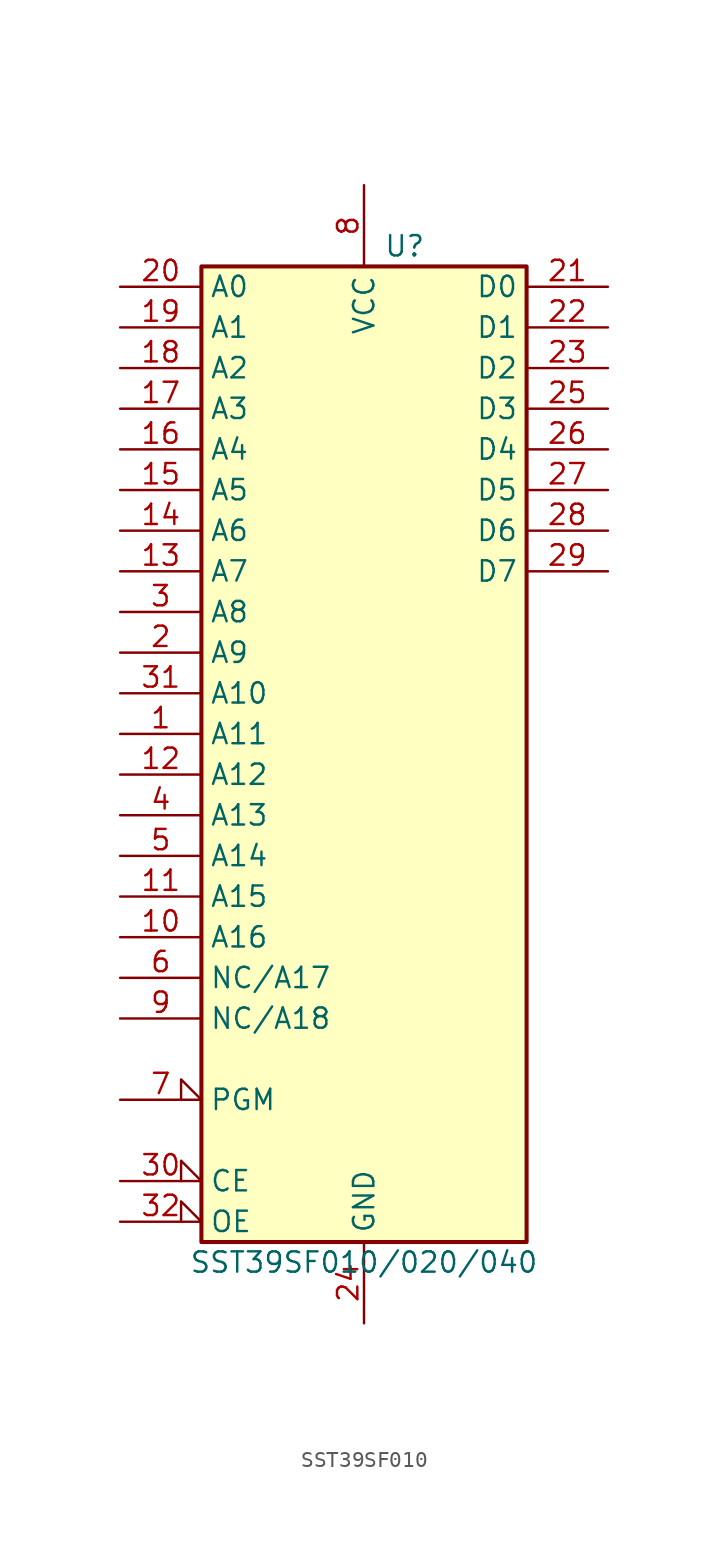
<source format=kicad_sym>
(kicad_symbol_lib
  (version 20241209)
  (generator "kicad_symbol_editor")
  (generator_version "9.0")
  (symbol "SST39SF010"
    (property "Reference" "U"
      (at 2.54 33.02 0)
      (effects (font (size 1.27 1.27))))
    (property "Value" "SST39SF010/020/040"
      (at 0 -30.48 0)
      (effects (font (size 1.27 1.27))))
    (symbol "SST39SF010_0_1"
      (rectangle (start -10.16 31.75) (end 10.16 -29.21) (stroke (width 0.254) (type default)) (fill (type background))))
    (symbol "SST39SF010_1_1"
      (pin input line (at -15.24 30.48 0) (length 5.08) (name "A0" (effects (font (size 1.27 1.27)))) (number "20" (effects (font (size 1.27 1.27)))))
      (pin input line (at -15.24 27.94 0) (length 5.08) (name "A1" (effects (font (size 1.27 1.27)))) (number "19" (effects (font (size 1.27 1.27)))))
      (pin input line (at -15.24 25.4 0) (length 5.08) (name "A2" (effects (font (size 1.27 1.27)))) (number "18" (effects (font (size 1.27 1.27)))))
      (pin input line (at -15.24 22.86 0) (length 5.08) (name "A3" (effects (font (size 1.27 1.27)))) (number "17" (effects (font (size 1.27 1.27)))))
      (pin input line (at -15.24 20.32 0) (length 5.08) (name "A4" (effects (font (size 1.27 1.27)))) (number "16" (effects (font (size 1.27 1.27)))))
      (pin input line (at -15.24 17.78 0) (length 5.08) (name "A5" (effects (font (size 1.27 1.27)))) (number "15" (effects (font (size 1.27 1.27)))))
      (pin input line (at -15.24 15.24 0) (length 5.08) (name "A6" (effects (font (size 1.27 1.27)))) (number "14" (effects (font (size 1.27 1.27)))))
      (pin input line (at -15.24 12.7 0) (length 5.08) (name "A7" (effects (font (size 1.27 1.27)))) (number "13" (effects (font (size 1.27 1.27)))))
      (pin input line (at -15.24 10.16 0) (length 5.08) (name "A8" (effects (font (size 1.27 1.27)))) (number "3" (effects (font (size 1.27 1.27)))))
      (pin input line (at -15.24 7.62 0) (length 5.08) (name "A9" (effects (font (size 1.27 1.27)))) (number "2" (effects (font (size 1.27 1.27)))))
      (pin input line (at -15.24 5.08 0) (length 5.08) (name "A10" (effects (font (size 1.27 1.27)))) (number "31" (effects (font (size 1.27 1.27)))))
      (pin input line (at -15.24 2.54 0) (length 5.08) (name "A11" (effects (font (size 1.27 1.27)))) (number "1" (effects (font (size 1.27 1.27)))))
      (pin input line (at -15.24 0 0) (length 5.08) (name "A12" (effects (font (size 1.27 1.27)))) (number "12" (effects (font (size 1.27 1.27)))))
      (pin input line (at -15.24 -2.54 0) (length 5.08) (name "A13" (effects (font (size 1.27 1.27)))) (number "4" (effects (font (size 1.27 1.27)))))
      (pin input line (at -15.24 -5.08 0) (length 5.08) (name "A14" (effects (font (size 1.27 1.27)))) (number "5" (effects (font (size 1.27 1.27)))))
      (pin input line (at -15.24 -7.62 0) (length 5.08) (name "A15" (effects (font (size 1.27 1.27)))) (number "11" (effects (font (size 1.27 1.27)))))
      (pin input line (at -15.24 -10.16 0) (length 5.08) (name "A16" (effects (font (size 1.27 1.27)))) (number "10" (effects (font (size 1.27 1.27)))))
      (pin input line (at -15.24 -12.7 0) (length 5.08) (name "NC/A17" (effects (font (size 1.27 1.27)))) (number "6" (effects (font (size 1.27 1.27)))))
      (pin input line (at -15.24 -15.24 0) (length 5.08) (name "NC/A18" (effects (font (size 1.27 1.27)))) (number "9" (effects (font (size 1.27 1.27)))))
      (pin input input_low (at -15.24 -20.32 0) (length 5.08) (name "PGM" (effects (font (size 1.27 1.27)))) (number "7" (effects (font (size 1.27 1.27)))))
      (pin input input_low (at -15.24 -25.4 0) (length 5.08) (name "CE" (effects (font (size 1.27 1.27)))) (number "30" (effects (font (size 1.27 1.27)))))
      (pin input input_low (at -15.24 -27.94 0) (length 5.08) (name "OE" (effects (font (size 1.27 1.27)))) (number "32" (effects (font (size 1.27 1.27)))))
      (pin power_in line (at 0 36.83 270) (length 5.08) (name "VCC" (effects (font (size 1.27 1.27)))) (number "8" (effects (font (size 1.27 1.27)))))
      (pin power_in line (at 0 -34.29 90) (length 5.08) (name "GND" (effects (font (size 1.27 1.27)))) (number "24" (effects (font (size 1.27 1.27)))))
      (pin tri_state line (at 15.24 30.48 180) (length 5.08) (name "D0" (effects (font (size 1.27 1.27)))) (number "21" (effects (font (size 1.27 1.27)))))
      (pin tri_state line (at 15.24 27.94 180) (length 5.08) (name "D1" (effects (font (size 1.27 1.27)))) (number "22" (effects (font (size 1.27 1.27)))))
      (pin tri_state line (at 15.24 25.4 180) (length 5.08) (name "D2" (effects (font (size 1.27 1.27)))) (number "23" (effects (font (size 1.27 1.27)))))
      (pin tri_state line (at 15.24 22.86 180) (length 5.08) (name "D3" (effects (font (size 1.27 1.27)))) (number "25" (effects (font (size 1.27 1.27)))))
      (pin tri_state line (at 15.24 20.32 180) (length 5.08) (name "D4" (effects (font (size 1.27 1.27)))) (number "26" (effects (font (size 1.27 1.27)))))
      (pin tri_state line (at 15.24 17.78 180) (length 5.08) (name "D5" (effects (font (size 1.27 1.27)))) (number "27" (effects (font (size 1.27 1.27)))))
      (pin tri_state line (at 15.24 15.24 180) (length 5.08) (name "D6" (effects (font (size 1.27 1.27)))) (number "28" (effects (font (size 1.27 1.27)))))
      (pin tri_state line (at 15.24 12.7 180) (length 5.08) (name "D7" (effects (font (size 1.27 1.27)))) (number "29" (effects (font (size 1.27 1.27))))))))
</source>
